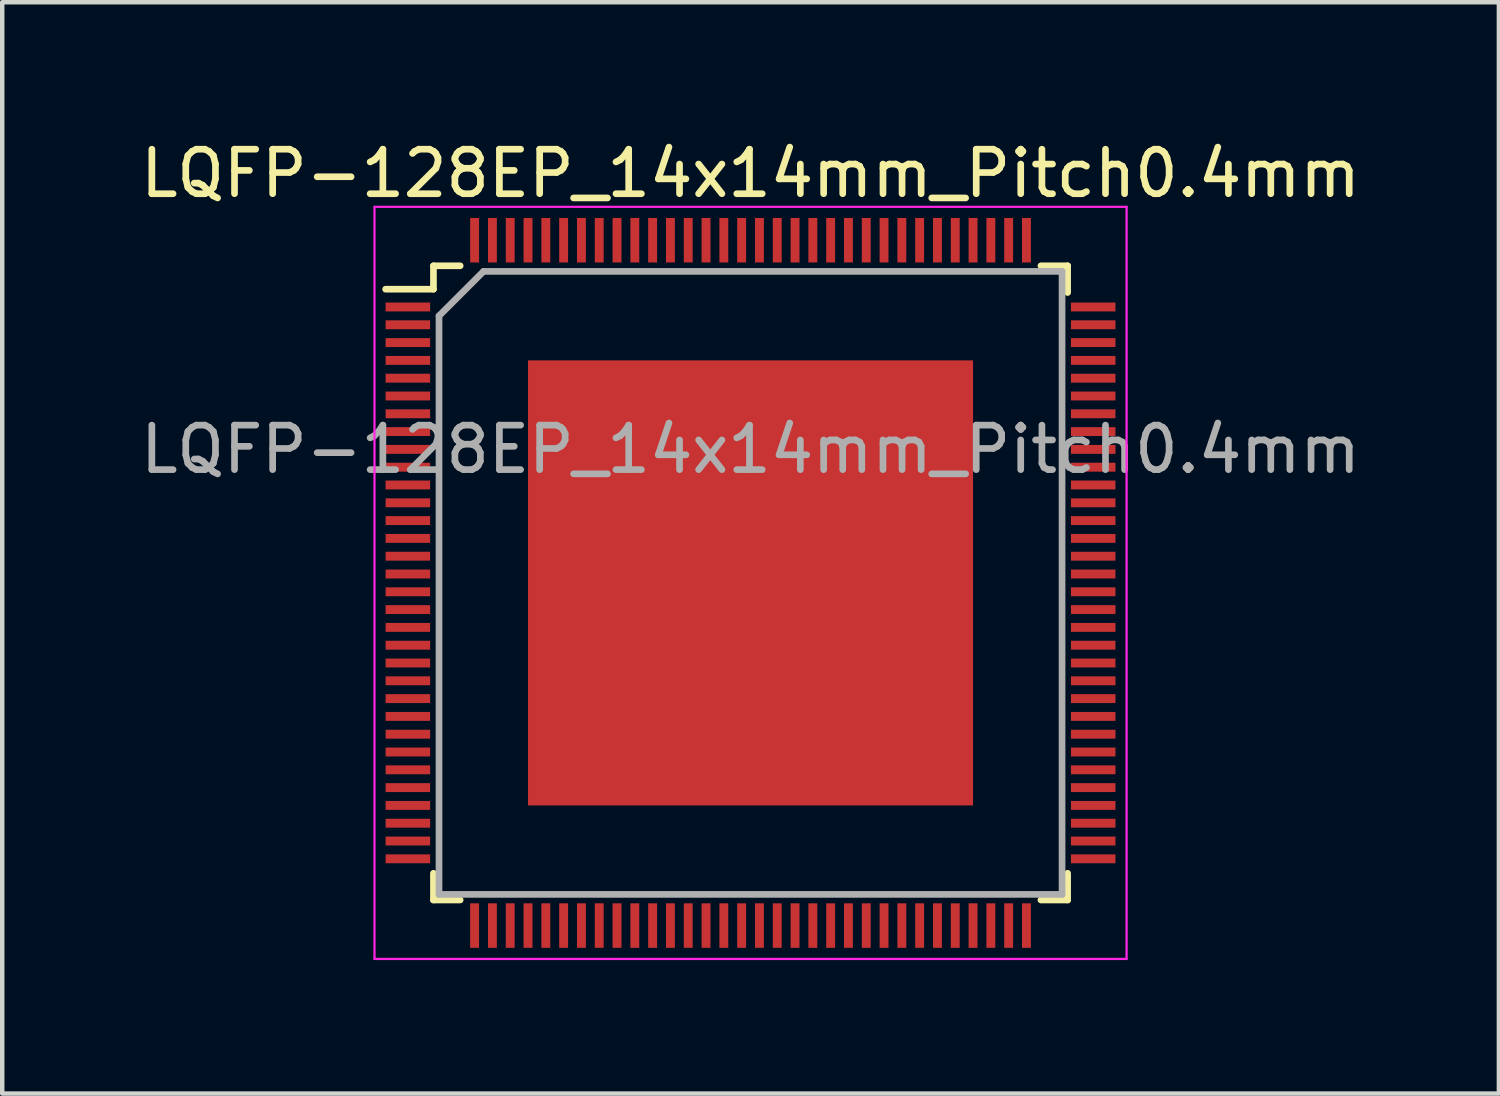
<source format=kicad_pcb>
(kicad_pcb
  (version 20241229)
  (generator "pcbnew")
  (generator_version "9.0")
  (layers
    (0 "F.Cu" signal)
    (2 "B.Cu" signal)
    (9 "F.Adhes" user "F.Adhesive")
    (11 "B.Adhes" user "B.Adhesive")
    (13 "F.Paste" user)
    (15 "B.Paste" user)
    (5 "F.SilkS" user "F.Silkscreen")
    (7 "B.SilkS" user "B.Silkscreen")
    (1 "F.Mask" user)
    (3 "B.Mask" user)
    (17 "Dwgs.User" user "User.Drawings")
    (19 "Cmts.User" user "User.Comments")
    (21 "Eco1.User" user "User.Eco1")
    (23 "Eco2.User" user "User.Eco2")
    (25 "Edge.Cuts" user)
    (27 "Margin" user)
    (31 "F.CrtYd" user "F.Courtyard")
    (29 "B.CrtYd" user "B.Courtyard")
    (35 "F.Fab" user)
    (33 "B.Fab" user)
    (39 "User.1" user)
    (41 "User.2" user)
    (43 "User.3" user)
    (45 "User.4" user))
  (footprint "LQFP-128EP_14x14mm_Pitch0.4mm"
    (layer "F.Cu")
    (at 13.815 10.048)
    (property "Reference" "LQFP-128EP_14x14mm_Pitch0.4mm" (at 0 -9.2 0) (layer "F.SilkS") (effects (font (size 1 1) (thickness 0.15))))
    (attr smd)
    (fp_line (start -7.125 -7.125) (end -7.125 -6.6) (stroke (width 0.15) (type solid)) (layer "F.SilkS"))
    (fp_line (start -7.125 -7.125) (end -6.525 -7.125) (stroke (width 0.15) (type solid)) (layer "F.SilkS"))
    (fp_line (start -7.125 -6.6) (end -8.2 -6.6) (stroke (width 0.15) (type solid)) (layer "F.SilkS"))
    (fp_line (start -7.125 7.125) (end -7.125 6.525) (stroke (width 0.15) (type solid)) (layer "F.SilkS"))
    (fp_line (start -7.125 7.125) (end -6.525 7.125) (stroke (width 0.15) (type solid)) (layer "F.SilkS"))
    (fp_line (start 7.125 -7.125) (end 6.525 -7.125) (stroke (width 0.15) (type solid)) (layer "F.SilkS"))
    (fp_line (start 7.125 -7.125) (end 7.125 -6.525) (stroke (width 0.15) (type solid)) (layer "F.SilkS"))
    (fp_line (start 7.125 7.125) (end 6.525 7.125) (stroke (width 0.15) (type solid)) (layer "F.SilkS"))
    (fp_line (start 7.125 7.125) (end 7.125 6.525) (stroke (width 0.15) (type solid)) (layer "F.SilkS"))
    (fp_line (start -8.45 -8.45) (end -8.45 8.45) (stroke (width 0.05) (type solid)) (layer "F.CrtYd"))
    (fp_line (start -8.45 -8.45) (end 8.45 -8.45) (stroke (width 0.05) (type solid)) (layer "F.CrtYd"))
    (fp_line (start -8.45 8.45) (end 8.45 8.45) (stroke (width 0.05) (type solid)) (layer "F.CrtYd"))
    (fp_line (start 8.45 -8.45) (end 8.45 8.45) (stroke (width 0.05) (type solid)) (layer "F.CrtYd"))
    (fp_line (start -7 -6) (end -6 -7) (stroke (width 0.15) (type solid)) (layer "F.Fab"))
    (fp_line (start -7 7) (end -7 -6) (stroke (width 0.15) (type solid)) (layer "F.Fab"))
    (fp_line (start -6 -7) (end 7 -7) (stroke (width 0.15) (type solid)) (layer "F.Fab"))
    (fp_line (start 7 -7) (end 7 7) (stroke (width 0.15) (type solid)) (layer "F.Fab"))
    (fp_line (start 7 7) (end -7 7) (stroke (width 0.15) (type solid)) (layer "F.Fab"))
    (fp_text user "${REFERENCE}" (at 0 -3 0) (layer "F.Fab") (effects (font (size 1 1) (thickness 0.15))))
    (pad "1" smd rect (at -7.7 -6.2) (size 1 0.2) (layers "F.Cu" "F.Mask" "F.Paste"))
    (pad "2" smd rect (at -7.7 -5.8) (size 1 0.2) (layers "F.Cu" "F.Mask" "F.Paste"))
    (pad "3" smd rect (at -7.7 -5.4) (size 1 0.2) (layers "F.Cu" "F.Mask" "F.Paste"))
    (pad "4" smd rect (at -7.7 -5) (size 1 0.2) (layers "F.Cu" "F.Mask" "F.Paste"))
    (pad "5" smd rect (at -7.7 -4.6) (size 1 0.2) (layers "F.Cu" "F.Mask" "F.Paste"))
    (pad "6" smd rect (at -7.7 -4.2) (size 1 0.2) (layers "F.Cu" "F.Mask" "F.Paste"))
    (pad "7" smd rect (at -7.7 -3.8) (size 1 0.2) (layers "F.Cu" "F.Mask" "F.Paste"))
    (pad "8" smd rect (at -7.7 -3.4) (size 1 0.2) (layers "F.Cu" "F.Mask" "F.Paste"))
    (pad "9" smd rect (at -7.7 -3) (size 1 0.2) (layers "F.Cu" "F.Mask" "F.Paste"))
    (pad "10" smd rect (at -7.7 -2.6) (size 1 0.2) (layers "F.Cu" "F.Mask" "F.Paste"))
    (pad "11" smd rect (at -7.7 -2.2) (size 1 0.2) (layers "F.Cu" "F.Mask" "F.Paste"))
    (pad "12" smd rect (at -7.7 -1.8) (size 1 0.2) (layers "F.Cu" "F.Mask" "F.Paste"))
    (pad "13" smd rect (at -7.7 -1.4) (size 1 0.2) (layers "F.Cu" "F.Mask" "F.Paste"))
    (pad "14" smd rect (at -7.7 -1) (size 1 0.2) (layers "F.Cu" "F.Mask" "F.Paste"))
    (pad "15" smd rect (at -7.7 -0.6) (size 1 0.2) (layers "F.Cu" "F.Mask" "F.Paste"))
    (pad "16" smd rect (at -7.7 -0.2) (size 1 0.2) (layers "F.Cu" "F.Mask" "F.Paste"))
    (pad "17" smd rect (at -7.7 0.2) (size 1 0.2) (layers "F.Cu" "F.Mask" "F.Paste"))
    (pad "18" smd rect (at -7.7 0.6) (size 1 0.2) (layers "F.Cu" "F.Mask" "F.Paste"))
    (pad "19" smd rect (at -7.7 1) (size 1 0.2) (layers "F.Cu" "F.Mask" "F.Paste"))
    (pad "20" smd rect (at -7.7 1.4) (size 1 0.2) (layers "F.Cu" "F.Mask" "F.Paste"))
    (pad "21" smd rect (at -7.7 1.8) (size 1 0.2) (layers "F.Cu" "F.Mask" "F.Paste"))
    (pad "22" smd rect (at -7.7 2.2) (size 1 0.2) (layers "F.Cu" "F.Mask" "F.Paste"))
    (pad "23" smd rect (at -7.7 2.6) (size 1 0.2) (layers "F.Cu" "F.Mask" "F.Paste"))
    (pad "24" smd rect (at -7.7 3) (size 1 0.2) (layers "F.Cu" "F.Mask" "F.Paste"))
    (pad "25" smd rect (at -7.7 3.4) (size 1 0.2) (layers "F.Cu" "F.Mask" "F.Paste"))
    (pad "26" smd rect (at -7.7 3.8) (size 1 0.2) (layers "F.Cu" "F.Mask" "F.Paste"))
    (pad "27" smd rect (at -7.7 4.2) (size 1 0.2) (layers "F.Cu" "F.Mask" "F.Paste"))
    (pad "28" smd rect (at -7.7 4.6) (size 1 0.2) (layers "F.Cu" "F.Mask" "F.Paste"))
    (pad "29" smd rect (at -7.7 5) (size 1 0.2) (layers "F.Cu" "F.Mask" "F.Paste"))
    (pad "30" smd rect (at -7.7 5.4) (size 1 0.2) (layers "F.Cu" "F.Mask" "F.Paste"))
    (pad "31" smd rect (at -7.7 5.8) (size 1 0.2) (layers "F.Cu" "F.Mask" "F.Paste"))
    (pad "32" smd rect (at -7.7 6.2) (size 1 0.2) (layers "F.Cu" "F.Mask" "F.Paste"))
    (pad "33" smd rect (at -6.2 7.7 90) (size 1 0.2) (layers "F.Cu" "F.Mask" "F.Paste"))
    (pad "34" smd rect (at -5.8 7.7 90) (size 1 0.2) (layers "F.Cu" "F.Mask" "F.Paste"))
    (pad "35" smd rect (at -5.4 7.7 90) (size 1 0.2) (layers "F.Cu" "F.Mask" "F.Paste"))
    (pad "36" smd rect (at -5 7.7 90) (size 1 0.2) (layers "F.Cu" "F.Mask" "F.Paste"))
    (pad "37" smd rect (at -4.6 7.7 90) (size 1 0.2) (layers "F.Cu" "F.Mask" "F.Paste"))
    (pad "38" smd rect (at -4.2 7.7 90) (size 1 0.2) (layers "F.Cu" "F.Mask" "F.Paste"))
    (pad "39" smd rect (at -3.8 7.7 90) (size 1 0.2) (layers "F.Cu" "F.Mask" "F.Paste"))
    (pad "40" smd rect (at -3.4 7.7 90) (size 1 0.2) (layers "F.Cu" "F.Mask" "F.Paste"))
    (pad "41" smd rect (at -3 7.7 90) (size 1 0.2) (layers "F.Cu" "F.Mask" "F.Paste"))
    (pad "42" smd rect (at -2.6 7.7 90) (size 1 0.2) (layers "F.Cu" "F.Mask" "F.Paste"))
    (pad "43" smd rect (at -2.2 7.7 90) (size 1 0.2) (layers "F.Cu" "F.Mask" "F.Paste"))
    (pad "44" smd rect (at -1.8 7.7 90) (size 1 0.2) (layers "F.Cu" "F.Mask" "F.Paste"))
    (pad "45" smd rect (at -1.4 7.7 90) (size 1 0.2) (layers "F.Cu" "F.Mask" "F.Paste"))
    (pad "46" smd rect (at -1 7.7 90) (size 1 0.2) (layers "F.Cu" "F.Mask" "F.Paste"))
    (pad "47" smd rect (at -0.6 7.7 90) (size 1 0.2) (layers "F.Cu" "F.Mask" "F.Paste"))
    (pad "48" smd rect (at -0.2 7.7 90) (size 1 0.2) (layers "F.Cu" "F.Mask" "F.Paste"))
    (pad "49" smd rect (at 0.2 7.7 90) (size 1 0.2) (layers "F.Cu" "F.Mask" "F.Paste"))
    (pad "50" smd rect (at 0.6 7.7 90) (size 1 0.2) (layers "F.Cu" "F.Mask" "F.Paste"))
    (pad "51" smd rect (at 1 7.7 90) (size 1 0.2) (layers "F.Cu" "F.Mask" "F.Paste"))
    (pad "52" smd rect (at 1.4 7.7 90) (size 1 0.2) (layers "F.Cu" "F.Mask" "F.Paste"))
    (pad "53" smd rect (at 1.8 7.7 90) (size 1 0.2) (layers "F.Cu" "F.Mask" "F.Paste"))
    (pad "54" smd rect (at 2.2 7.7 90) (size 1 0.2) (layers "F.Cu" "F.Mask" "F.Paste"))
    (pad "55" smd rect (at 2.6 7.7 90) (size 1 0.2) (layers "F.Cu" "F.Mask" "F.Paste"))
    (pad "56" smd rect (at 3 7.7 90) (size 1 0.2) (layers "F.Cu" "F.Mask" "F.Paste"))
    (pad "57" smd rect (at 3.4 7.7 90) (size 1 0.2) (layers "F.Cu" "F.Mask" "F.Paste"))
    (pad "58" smd rect (at 3.8 7.7 90) (size 1 0.2) (layers "F.Cu" "F.Mask" "F.Paste"))
    (pad "59" smd rect (at 4.2 7.7 90) (size 1 0.2) (layers "F.Cu" "F.Mask" "F.Paste"))
    (pad "60" smd rect (at 4.6 7.7 90) (size 1 0.2) (layers "F.Cu" "F.Mask" "F.Paste"))
    (pad "61" smd rect (at 5 7.7 90) (size 1 0.2) (layers "F.Cu" "F.Mask" "F.Paste"))
    (pad "62" smd rect (at 5.4 7.7 90) (size 1 0.2) (layers "F.Cu" "F.Mask" "F.Paste"))
    (pad "63" smd rect (at 5.8 7.7 90) (size 1 0.2) (layers "F.Cu" "F.Mask" "F.Paste"))
    (pad "64" smd rect (at 6.2 7.7 90) (size 1 0.2) (layers "F.Cu" "F.Mask" "F.Paste"))
    (pad "65" smd rect (at 7.7 6.2) (size 1 0.2) (layers "F.Cu" "F.Mask" "F.Paste"))
    (pad "66" smd rect (at 7.7 5.8) (size 1 0.2) (layers "F.Cu" "F.Mask" "F.Paste"))
    (pad "67" smd rect (at 7.7 5.4) (size 1 0.2) (layers "F.Cu" "F.Mask" "F.Paste"))
    (pad "68" smd rect (at 7.7 5) (size 1 0.2) (layers "F.Cu" "F.Mask" "F.Paste"))
    (pad "69" smd rect (at 7.7 4.6) (size 1 0.2) (layers "F.Cu" "F.Mask" "F.Paste"))
    (pad "70" smd rect (at 7.7 4.2) (size 1 0.2) (layers "F.Cu" "F.Mask" "F.Paste"))
    (pad "71" smd rect (at 7.7 3.8) (size 1 0.2) (layers "F.Cu" "F.Mask" "F.Paste"))
    (pad "72" smd rect (at 7.7 3.4) (size 1 0.2) (layers "F.Cu" "F.Mask" "F.Paste"))
    (pad "73" smd rect (at 7.7 3) (size 1 0.2) (layers "F.Cu" "F.Mask" "F.Paste"))
    (pad "74" smd rect (at 7.7 2.6) (size 1 0.2) (layers "F.Cu" "F.Mask" "F.Paste"))
    (pad "75" smd rect (at 7.7 2.2) (size 1 0.2) (layers "F.Cu" "F.Mask" "F.Paste"))
    (pad "76" smd rect (at 7.7 1.8) (size 1 0.2) (layers "F.Cu" "F.Mask" "F.Paste"))
    (pad "77" smd rect (at 7.7 1.4) (size 1 0.2) (layers "F.Cu" "F.Mask" "F.Paste"))
    (pad "78" smd rect (at 7.7 1) (size 1 0.2) (layers "F.Cu" "F.Mask" "F.Paste"))
    (pad "79" smd rect (at 7.7 0.6) (size 1 0.2) (layers "F.Cu" "F.Mask" "F.Paste"))
    (pad "80" smd rect (at 7.7 0.2) (size 1 0.2) (layers "F.Cu" "F.Mask" "F.Paste"))
    (pad "81" smd rect (at 7.7 -0.2) (size 1 0.2) (layers "F.Cu" "F.Mask" "F.Paste"))
    (pad "82" smd rect (at 7.7 -0.6) (size 1 0.2) (layers "F.Cu" "F.Mask" "F.Paste"))
    (pad "83" smd rect (at 7.7 -1) (size 1 0.2) (layers "F.Cu" "F.Mask" "F.Paste"))
    (pad "84" smd rect (at 7.7 -1.4) (size 1 0.2) (layers "F.Cu" "F.Mask" "F.Paste"))
    (pad "85" smd rect (at 7.7 -1.8) (size 1 0.2) (layers "F.Cu" "F.Mask" "F.Paste"))
    (pad "86" smd rect (at 7.7 -2.2) (size 1 0.2) (layers "F.Cu" "F.Mask" "F.Paste"))
    (pad "87" smd rect (at 7.7 -2.6) (size 1 0.2) (layers "F.Cu" "F.Mask" "F.Paste"))
    (pad "88" smd rect (at 7.7 -3) (size 1 0.2) (layers "F.Cu" "F.Mask" "F.Paste"))
    (pad "89" smd rect (at 7.7 -3.4) (size 1 0.2) (layers "F.Cu" "F.Mask" "F.Paste"))
    (pad "90" smd rect (at 7.7 -3.8) (size 1 0.2) (layers "F.Cu" "F.Mask" "F.Paste"))
    (pad "91" smd rect (at 7.7 -4.2) (size 1 0.2) (layers "F.Cu" "F.Mask" "F.Paste"))
    (pad "92" smd rect (at 7.7 -4.6) (size 1 0.2) (layers "F.Cu" "F.Mask" "F.Paste"))
    (pad "93" smd rect (at 7.7 -5) (size 1 0.2) (layers "F.Cu" "F.Mask" "F.Paste"))
    (pad "94" smd rect (at 7.7 -5.4) (size 1 0.2) (layers "F.Cu" "F.Mask" "F.Paste"))
    (pad "95" smd rect (at 7.7 -5.8) (size 1 0.2) (layers "F.Cu" "F.Mask" "F.Paste"))
    (pad "96" smd rect (at 7.7 -6.2) (size 1 0.2) (layers "F.Cu" "F.Mask" "F.Paste"))
    (pad "97" smd rect (at 6.2 -7.7 90) (size 1 0.2) (layers "F.Cu" "F.Mask" "F.Paste"))
    (pad "98" smd rect (at 5.8 -7.7 90) (size 1 0.2) (layers "F.Cu" "F.Mask" "F.Paste"))
    (pad "99" smd rect (at 5.4 -7.7 90) (size 1 0.2) (layers "F.Cu" "F.Mask" "F.Paste"))
    (pad "100" smd rect (at 5 -7.7 90) (size 1 0.2) (layers "F.Cu" "F.Mask" "F.Paste"))
    (pad "101" smd rect (at 4.6 -7.7 90) (size 1 0.2) (layers "F.Cu" "F.Mask" "F.Paste"))
    (pad "102" smd rect (at 4.2 -7.7 90) (size 1 0.2) (layers "F.Cu" "F.Mask" "F.Paste"))
    (pad "103" smd rect (at 3.8 -7.7 90) (size 1 0.2) (layers "F.Cu" "F.Mask" "F.Paste"))
    (pad "104" smd rect (at 3.4 -7.7 90) (size 1 0.2) (layers "F.Cu" "F.Mask" "F.Paste"))
    (pad "105" smd rect (at 3 -7.7 90) (size 1 0.2) (layers "F.Cu" "F.Mask" "F.Paste"))
    (pad "106" smd rect (at 2.6 -7.7 90) (size 1 0.2) (layers "F.Cu" "F.Mask" "F.Paste"))
    (pad "107" smd rect (at 2.2 -7.7 90) (size 1 0.2) (layers "F.Cu" "F.Mask" "F.Paste"))
    (pad "108" smd rect (at 1.8 -7.7 90) (size 1 0.2) (layers "F.Cu" "F.Mask" "F.Paste"))
    (pad "109" smd rect (at 1.4 -7.7 90) (size 1 0.2) (layers "F.Cu" "F.Mask" "F.Paste"))
    (pad "110" smd rect (at 1 -7.7 90) (size 1 0.2) (layers "F.Cu" "F.Mask" "F.Paste"))
    (pad "111" smd rect (at 0.6 -7.7 90) (size 1 0.2) (layers "F.Cu" "F.Mask" "F.Paste"))
    (pad "112" smd rect (at 0.2 -7.7 90) (size 1 0.2) (layers "F.Cu" "F.Mask" "F.Paste"))
    (pad "113" smd rect (at -0.2 -7.7 90) (size 1 0.2) (layers "F.Cu" "F.Mask" "F.Paste"))
    (pad "114" smd rect (at -0.6 -7.7 90) (size 1 0.2) (layers "F.Cu" "F.Mask" "F.Paste"))
    (pad "115" smd rect (at -1 -7.7 90) (size 1 0.2) (layers "F.Cu" "F.Mask" "F.Paste"))
    (pad "116" smd rect (at -1.4 -7.7 90) (size 1 0.2) (layers "F.Cu" "F.Mask" "F.Paste"))
    (pad "117" smd rect (at -1.8 -7.7 90) (size 1 0.2) (layers "F.Cu" "F.Mask" "F.Paste"))
    (pad "118" smd rect (at -2.2 -7.7 90) (size 1 0.2) (layers "F.Cu" "F.Mask" "F.Paste"))
    (pad "119" smd rect (at -2.6 -7.7 90) (size 1 0.2) (layers "F.Cu" "F.Mask" "F.Paste"))
    (pad "120" smd rect (at -3 -7.7 90) (size 1 0.2) (layers "F.Cu" "F.Mask" "F.Paste"))
    (pad "121" smd rect (at -3.4 -7.7 90) (size 1 0.2) (layers "F.Cu" "F.Mask" "F.Paste"))
    (pad "122" smd rect (at -3.8 -7.7 90) (size 1 0.2) (layers "F.Cu" "F.Mask" "F.Paste"))
    (pad "123" smd rect (at -4.2 -7.7 90) (size 1 0.2) (layers "F.Cu" "F.Mask" "F.Paste"))
    (pad "124" smd rect (at -4.6 -7.7 90) (size 1 0.2) (layers "F.Cu" "F.Mask" "F.Paste"))
    (pad "125" smd rect (at -5 -7.7 90) (size 1 0.2) (layers "F.Cu" "F.Mask" "F.Paste"))
    (pad "126" smd rect (at -5.4 -7.7 90) (size 1 0.2) (layers "F.Cu" "F.Mask" "F.Paste"))
    (pad "127" smd rect (at -5.8 -7.7 90) (size 1 0.2) (layers "F.Cu" "F.Mask" "F.Paste"))
    (pad "128" smd rect (at -6.2 -7.7 90) (size 1 0.2) (layers "F.Cu" "F.Mask" "F.Paste"))
    (pad "129" smd rect (at 0 0) (size 10 10) (layers "F.Cu" "F.Mask" "F.Paste")))
  (gr_rect
    (start -3 -3)
    (end 30.631 21.523)
    (stroke (width 0.1) (type default))
    (fill no)
    (layer "Edge.Cuts")))
</source>
